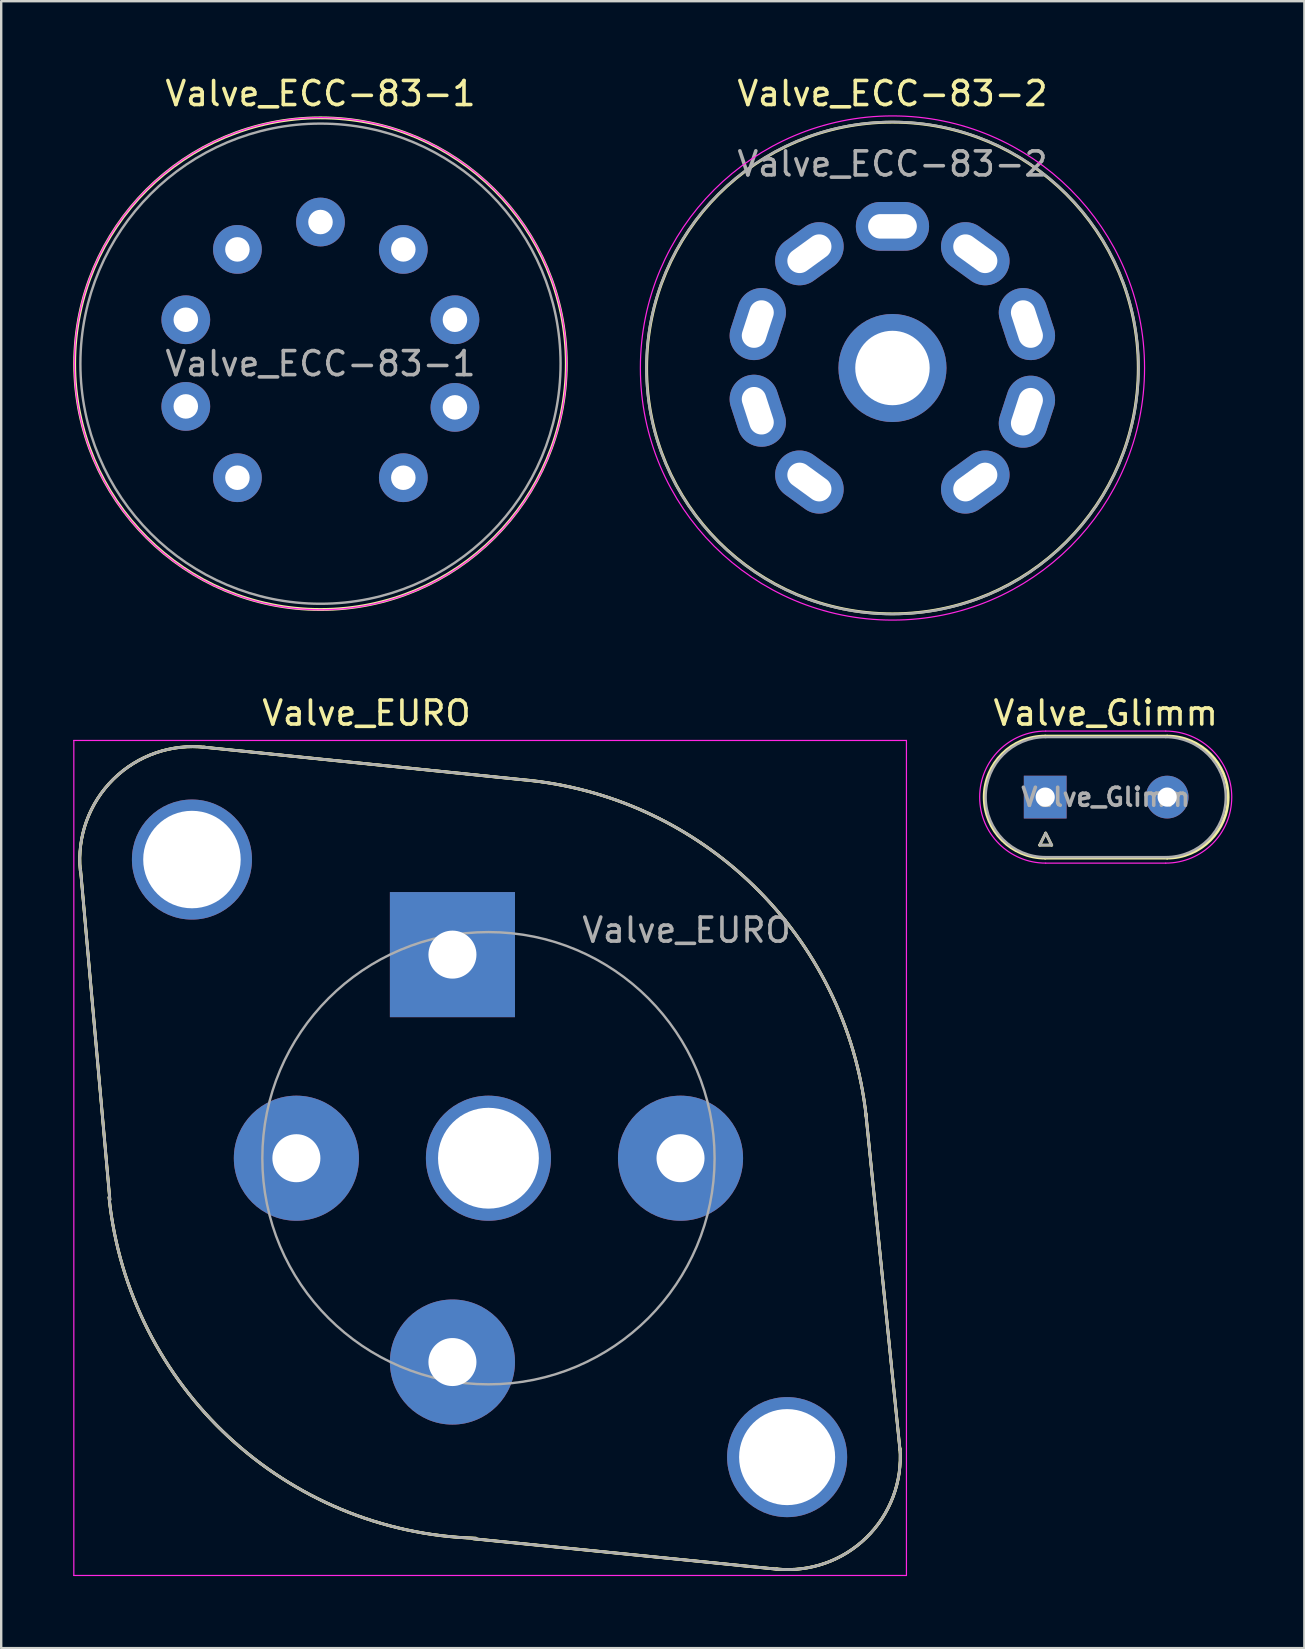
<source format=kicad_pcb>
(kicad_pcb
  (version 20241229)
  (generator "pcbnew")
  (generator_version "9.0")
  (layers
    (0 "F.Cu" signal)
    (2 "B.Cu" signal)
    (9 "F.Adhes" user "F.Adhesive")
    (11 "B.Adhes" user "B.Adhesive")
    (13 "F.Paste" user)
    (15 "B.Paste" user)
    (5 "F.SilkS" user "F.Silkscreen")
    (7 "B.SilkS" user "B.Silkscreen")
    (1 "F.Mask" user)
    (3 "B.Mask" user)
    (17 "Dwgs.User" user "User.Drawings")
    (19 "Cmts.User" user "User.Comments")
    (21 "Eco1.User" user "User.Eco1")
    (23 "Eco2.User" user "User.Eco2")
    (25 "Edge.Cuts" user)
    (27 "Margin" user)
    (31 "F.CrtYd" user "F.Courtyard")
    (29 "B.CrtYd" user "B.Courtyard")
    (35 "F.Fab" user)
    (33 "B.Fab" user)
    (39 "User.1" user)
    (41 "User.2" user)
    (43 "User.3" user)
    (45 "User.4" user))
  (footprint "Valve_ECC-83-2"
    (layer "F.Cu")
    (at 37.573 17.028)
    (property "Reference" "Valve_ECC-83-2" (at -3.45 -16.18 0) (layer "F.SilkS") (effects (font (size 1 1) (thickness 0.15))))
    (attr through_hole)
    (fp_circle (center -3.45 -4.75) (end 6.71 -3.48) (stroke (width 0.12) (type solid)) (fill no) (layer "F.SilkS"))
    (fp_circle (center -3.45 -4.75) (end -3.45 -15.25) (stroke (width 0.05) (type solid)) (fill no) (layer "F.CrtYd"))
    (fp_circle (center -3.45 -4.75) (end -3.45 -15) (stroke (width 0.1) (type solid)) (fill no) (layer "F.Fab"))
    (fp_text user "${REFERENCE}" (at -3.45 -13.25 0) (layer "F.Fab") (effects (font (size 1 1) (thickness 0.15))))
    (pad "1" thru_hole oval (at 0 0 306) (size 2.03 3.05) (drill oval 1.02 2.03) (layers "*.Cu" "*.Mask"))
    (pad "2" thru_hole circle (at -3.45 -4.75) (size 4.5 4.5) (drill 3.1) (layers "*.Cu" "*.Mask"))
    (pad "2" thru_hole oval (at 2.15 -2.93 342) (size 2.03 3.05) (drill oval 1.02 2.03) (layers "*.Cu" "*.Mask"))
    (pad "3" thru_hole oval (at 2.15 -6.58 18) (size 2.03 3.05) (drill oval 1.02 2.03) (layers "*.Cu" "*.Mask"))
    (pad "4" thru_hole oval (at 0 -9.51 54) (size 2.03 3.05) (drill oval 1.02 2.03) (layers "*.Cu" "*.Mask"))
    (pad "5" thru_hole oval (at -3.45 -10.65 90) (size 2.03 3.05) (drill oval 1.02 2.03) (layers "*.Cu" "*.Mask"))
    (pad "6" thru_hole oval (at -6.91 -9.51 306) (size 2.03 3.05) (drill oval 1.02 2.03) (layers "*.Cu" "*.Mask"))
    (pad "7" thru_hole oval (at -9.06 -6.58 342) (size 2.03 3.05) (drill oval 1.02 2.03) (layers "*.Cu" "*.Mask"))
    (pad "8" thru_hole oval (at -9.06 -2.97 18) (size 2.03 3.05) (drill oval 1.02 2.03) (layers "*.Cu" "*.Mask"))
    (pad "9" thru_hole oval (at -6.91 0 54) (size 2.03 3.05) (drill oval 1.02 2.03) (layers "*.Cu" "*.Mask")))
  (footprint "Valve_EURO"
    (layer "F.Cu")
    (at 15.795 36.712)
    (property "Reference" "Valve_EURO" (at -3.58 -10.06 0) (layer "F.SilkS") (effects (font (size 1 1) (thickness 0.15))))
    (attr through_hole)
    (fp_line (start -14.27 10.21) (end -15.49 -3.53) (stroke (width 0.12) (type solid)) (layer "F.SilkS"))
    (fp_line (start -14.27 10.21) (end -15.49 -3.53) (stroke (width 0.12) (type solid)) (layer "F.SilkS"))
    (fp_line (start -10.36 -8.64) (end 2.87 -7.29) (stroke (width 0.12) (type solid)) (layer "F.SilkS"))
    (fp_line (start -10.36 -8.64) (end 2.87 -7.29) (stroke (width 0.12) (type solid)) (layer "F.SilkS"))
    (fp_line (start 13.54 25.6) (end 0.86 24.33) (stroke (width 0.12) (type solid)) (layer "F.SilkS"))
    (fp_line (start 13.54 25.6) (end 0.86 24.33) (stroke (width 0.12) (type solid)) (layer "F.SilkS"))
    (fp_line (start 18.64 20.62) (end 17.22 6.63) (stroke (width 0.12) (type solid)) (layer "F.SilkS"))
    (fp_line (start 18.64 20.62) (end 17.22 6.63) (stroke (width 0.12) (type solid)) (layer "F.SilkS"))
    (fp_arc (start -15.5 -3.5) (mid -14.119784 -7.310437) (end -10.288765 -8.63245) (stroke (width 0.12) (type solid)) (layer "F.SilkS"))
    (fp_arc (start -15.5 -3.5) (mid -14.119784 -7.310437) (end -10.288765 -8.63245) (stroke (width 0.12) (type solid)) (layer "F.SilkS"))
    (fp_arc (start 0.98 24.31) (mid -9.330689 20.081144) (end -14.303103 10.107747) (stroke (width 0.12) (type solid)) (layer "F.SilkS"))
    (fp_arc (start 0.98 24.31) (mid -9.330689 20.081144) (end -14.303103 10.107747) (stroke (width 0.12) (type solid)) (layer "F.SilkS"))
    (fp_arc (start 2.87 -7.29) (mid 12.560196 -2.853668) (end 17.23226 6.725098) (stroke (width 0.12) (type solid)) (layer "F.SilkS"))
    (fp_arc (start 2.87 -7.29) (mid 12.560196 -2.853668) (end 17.23226 6.725098) (stroke (width 0.12) (type solid)) (layer "F.SilkS"))
    (fp_arc (start 18.64 20.57) (mid 17.241749 24.281739) (end 13.497325 25.589944) (stroke (width 0.12) (type solid)) (layer "F.SilkS"))
    (fp_arc (start 18.64 20.57) (mid 17.241749 24.281739) (end 13.497325 25.589944) (stroke (width 0.12) (type solid)) (layer "F.SilkS"))
    (fp_line (start -15.77 -8.92) (end -15.77 25.86) (stroke (width 0.05) (type solid)) (layer "F.CrtYd"))
    (fp_line (start -15.77 -8.92) (end 18.91 -8.92) (stroke (width 0.05) (type solid)) (layer "F.CrtYd"))
    (fp_line (start 18.91 25.86) (end -15.77 25.86) (stroke (width 0.05) (type solid)) (layer "F.CrtYd"))
    (fp_line (start 18.91 25.86) (end 18.91 -8.92) (stroke (width 0.05) (type solid)) (layer "F.CrtYd"))
    (fp_line (start -14.27 10.21) (end -15.49 -3.53) (stroke (width 0.1) (type solid)) (layer "F.Fab"))
    (fp_line (start -14.27 10.21) (end -15.49 -3.53) (stroke (width 0.1) (type solid)) (layer "F.Fab"))
    (fp_line (start -10.36 -8.64) (end 2.87 -7.29) (stroke (width 0.1) (type solid)) (layer "F.Fab"))
    (fp_line (start -10.36 -8.64) (end 2.87 -7.29) (stroke (width 0.1) (type solid)) (layer "F.Fab"))
    (fp_line (start 13.54 25.6) (end 0.86 24.33) (stroke (width 0.1) (type solid)) (layer "F.Fab"))
    (fp_line (start 13.54 25.6) (end 0.86 24.33) (stroke (width 0.1) (type solid)) (layer "F.Fab"))
    (fp_line (start 18.64 20.62) (end 17.22 6.63) (stroke (width 0.1) (type solid)) (layer "F.Fab"))
    (fp_line (start 18.64 20.62) (end 17.22 6.63) (stroke (width 0.1) (type solid)) (layer "F.Fab"))
    (fp_arc (start -15.5 -3.5) (mid -14.119784 -7.310437) (end -10.288765 -8.63245) (stroke (width 0.1) (type solid)) (layer "F.Fab"))
    (fp_arc (start -15.5 -3.5) (mid -14.119784 -7.310437) (end -10.288765 -8.63245) (stroke (width 0.1) (type solid)) (layer "F.Fab"))
    (fp_arc (start 0.98 24.31) (mid -9.330689 20.081144) (end -14.303103 10.107747) (stroke (width 0.1) (type solid)) (layer "F.Fab"))
    (fp_arc (start 0.98 24.31) (mid -9.330689 20.081144) (end -14.303103 10.107747) (stroke (width 0.1) (type solid)) (layer "F.Fab"))
    (fp_arc (start 2.87 -7.29) (mid 12.560196 -2.853668) (end 17.23226 6.725098) (stroke (width 0.1) (type solid)) (layer "F.Fab"))
    (fp_arc (start 2.87 -7.29) (mid 12.560196 -2.853668) (end 17.23226 6.725098) (stroke (width 0.1) (type solid)) (layer "F.Fab"))
    (fp_arc (start 18.64 20.57) (mid 17.241749 24.281739) (end 13.497325 25.589944) (stroke (width 0.1) (type solid)) (layer "F.Fab"))
    (fp_arc (start 18.64 20.57) (mid 17.241749 24.281739) (end 13.497325 25.589944) (stroke (width 0.1) (type solid)) (layer "F.Fab"))
    (fp_circle (center 1.5 8.48) (end -5.16 15.14) (stroke (width 0.1) (type solid)) (fill no) (layer "F.Fab"))
    (fp_text user "${REFERENCE}" (at 9.75 -1.02 0) (layer "F.Fab") (effects (font (size 1 1) (thickness 0.15))))
    (pad "" thru_hole circle (at -10.85 -3.96) (size 5 5) (drill 4.06) (layers "*.Cu" "*.Mask"))
    (pad "" thru_hole circle (at 13.94 20.93) (size 5 5) (drill 4) (layers "*.Cu" "*.Mask"))
    (pad "1" thru_hole rect (at 0 0) (size 5.21 5.21) (drill 2) (layers "*.Cu" "*.Mask"))
    (pad "2" thru_hole circle (at 9.5 8.48) (size 5.21 5.21) (drill 2) (layers "*.Cu" "*.Mask"))
    (pad "3" thru_hole circle (at 0 16.97) (size 5.21 5.21) (drill 2) (layers "*.Cu" "*.Mask"))
    (pad "4" thru_hole circle (at -6.5 8.48) (size 5.21 5.21) (drill 2) (layers "*.Cu" "*.Mask"))
    (pad "5" thru_hole circle (at 1.5 8.48) (size 5.21 5.21) (drill 4.2) (layers "*.Cu" "*.Mask")))
  (footprint "Valve_Glimm"
    (layer "F.Cu")
    (at 40.485 30.151)
    (property "Reference" "Valve_Glimm" (at 2.52 -3.5 0) (layer "F.SilkS") (effects (font (size 1 1) (thickness 0.15))))
    (attr through_hole)
    (fp_line (start -0.23 2) (end 0.27 2) (stroke (width 0.12) (type solid)) (layer "F.SilkS"))
    (fp_line (start 0 -2.54) (end 5.08 -2.54) (stroke (width 0.12) (type solid)) (layer "F.SilkS"))
    (fp_line (start 0 2.54) (end 5.08 2.54) (stroke (width 0.12) (type solid)) (layer "F.SilkS"))
    (fp_line (start 0.02 1.5) (end -0.23 2) (stroke (width 0.12) (type solid)) (layer "F.SilkS"))
    (fp_line (start 0.27 2) (end 0.02 1.5) (stroke (width 0.12) (type solid)) (layer "F.SilkS"))
    (fp_arc (start 0 2.54) (mid -2.54 0) (end 0 -2.54) (stroke (width 0.12) (type solid)) (layer "F.SilkS"))
    (fp_arc (start 5.08 -2.54) (mid 7.62 0) (end 5.08 2.54) (stroke (width 0.12) (type solid)) (layer "F.SilkS"))
    (fp_line (start 0.02 2.75) (end 5.02 2.75) (stroke (width 0.05) (type solid)) (layer "F.CrtYd"))
    (fp_line (start 5.02 -2.75) (end 0.02 -2.75) (stroke (width 0.05) (type solid)) (layer "F.CrtYd"))
    (fp_arc (start 0.02 2.75) (mid -2.73 0) (end 0.02 -2.75) (stroke (width 0.05) (type solid)) (layer "F.CrtYd"))
    (fp_arc (start 5.02 -2.75) (mid 7.77 0) (end 5.02 2.75) (stroke (width 0.05) (type solid)) (layer "F.CrtYd"))
    (fp_line (start -0.23 2) (end 0.27 2) (stroke (width 0.1) (type solid)) (layer "F.Fab"))
    (fp_line (start 0.02 1.5) (end -0.23 2) (stroke (width 0.1) (type solid)) (layer "F.Fab"))
    (fp_line (start 0.02 2.5) (end 5.02 2.5) (stroke (width 0.1) (type solid)) (layer "F.Fab"))
    (fp_line (start 0.27 2) (end 0.02 1.5) (stroke (width 0.1) (type solid)) (layer "F.Fab"))
    (fp_line (start 5.02 -2.5) (end 0.02 -2.5) (stroke (width 0.1) (type solid)) (layer "F.Fab"))
    (fp_arc (start 0.02 2.5) (mid -2.48 0) (end 0.02 -2.5) (stroke (width 0.1) (type solid)) (layer "F.Fab"))
    (fp_arc (start 5.02 -2.5) (mid 7.52 0) (end 5.02 2.5) (stroke (width 0.1) (type solid)) (layer "F.Fab"))
    (fp_text user "${REFERENCE}" (at 2.52 0 0) (layer "F.Fab") (effects (font (size 0.75 0.75) (thickness 0.15))))
    (pad "1" thru_hole rect (at 0 0) (size 1.78 1.78) (drill 0.8) (layers "*.Cu" "*.Mask"))
    (pad "2" thru_hole circle (at 5.08 0) (size 1.78 1.78) (drill 0.8) (layers "*.Cu" "*.Mask")))
  (footprint "Valve_ECC-83-1"
    (layer "F.Cu")
    (at 13.749 16.848)
    (property "Reference" "Valve_ECC-83-1" (at -3.45 -16 0) (layer "F.SilkS") (effects (font (size 1 1) (thickness 0.15))))
    (attr through_hole)
    (fp_circle (center -3.45 -4.75) (end 6.71 -3.48) (stroke (width 0.12) (type solid)) (fill no) (layer "F.SilkS"))
    (fp_circle (center -3.45 -4.75) (end -3.45 -15) (stroke (width 0.05) (type solid)) (fill no) (layer "F.CrtYd"))
    (fp_circle (center -3.45 -4.75) (end -3.45 -14.75) (stroke (width 0.1) (type solid)) (fill no) (layer "F.Fab"))
    (fp_text user "${REFERENCE}" (at -3.45 -4.75 0) (layer "F.Fab") (effects (font (size 1 1) (thickness 0.15))))
    (pad "1" thru_hole circle (at 0 0) (size 2.03 2.03) (drill 1.02) (layers "*.Cu" "*.Mask"))
    (pad "2" thru_hole circle (at 2.15 -2.93) (size 2.03 2.03) (drill 1.02) (layers "*.Cu" "*.Mask"))
    (pad "3" thru_hole circle (at 2.15 -6.58) (size 2.03 2.03) (drill 1.02) (layers "*.Cu" "*.Mask"))
    (pad "4" thru_hole circle (at 0 -9.51) (size 2.03 2.03) (drill 1.02) (layers "*.Cu" "*.Mask"))
    (pad "5" thru_hole circle (at -3.45 -10.65) (size 2.03 2.03) (drill 1.02) (layers "*.Cu" "*.Mask"))
    (pad "6" thru_hole circle (at -6.91 -9.51) (size 2.03 2.03) (drill 1.02) (layers "*.Cu" "*.Mask"))
    (pad "7" thru_hole circle (at -9.06 -6.58) (size 2.03 2.03) (drill 1.02) (layers "*.Cu" "*.Mask"))
    (pad "8" thru_hole circle (at -9.06 -2.97) (size 2.03 2.03) (drill 1.02) (layers "*.Cu" "*.Mask"))
    (pad "9" thru_hole circle (at -6.91 0) (size 2.03 2.03) (drill 1.02) (layers "*.Cu" "*.Mask")))
  (gr_rect
    (start -3 -3)
    (end 51.28 65.597)
    (stroke (width 0.1) (type default))
    (fill no)
    (layer "Edge.Cuts")))
</source>
